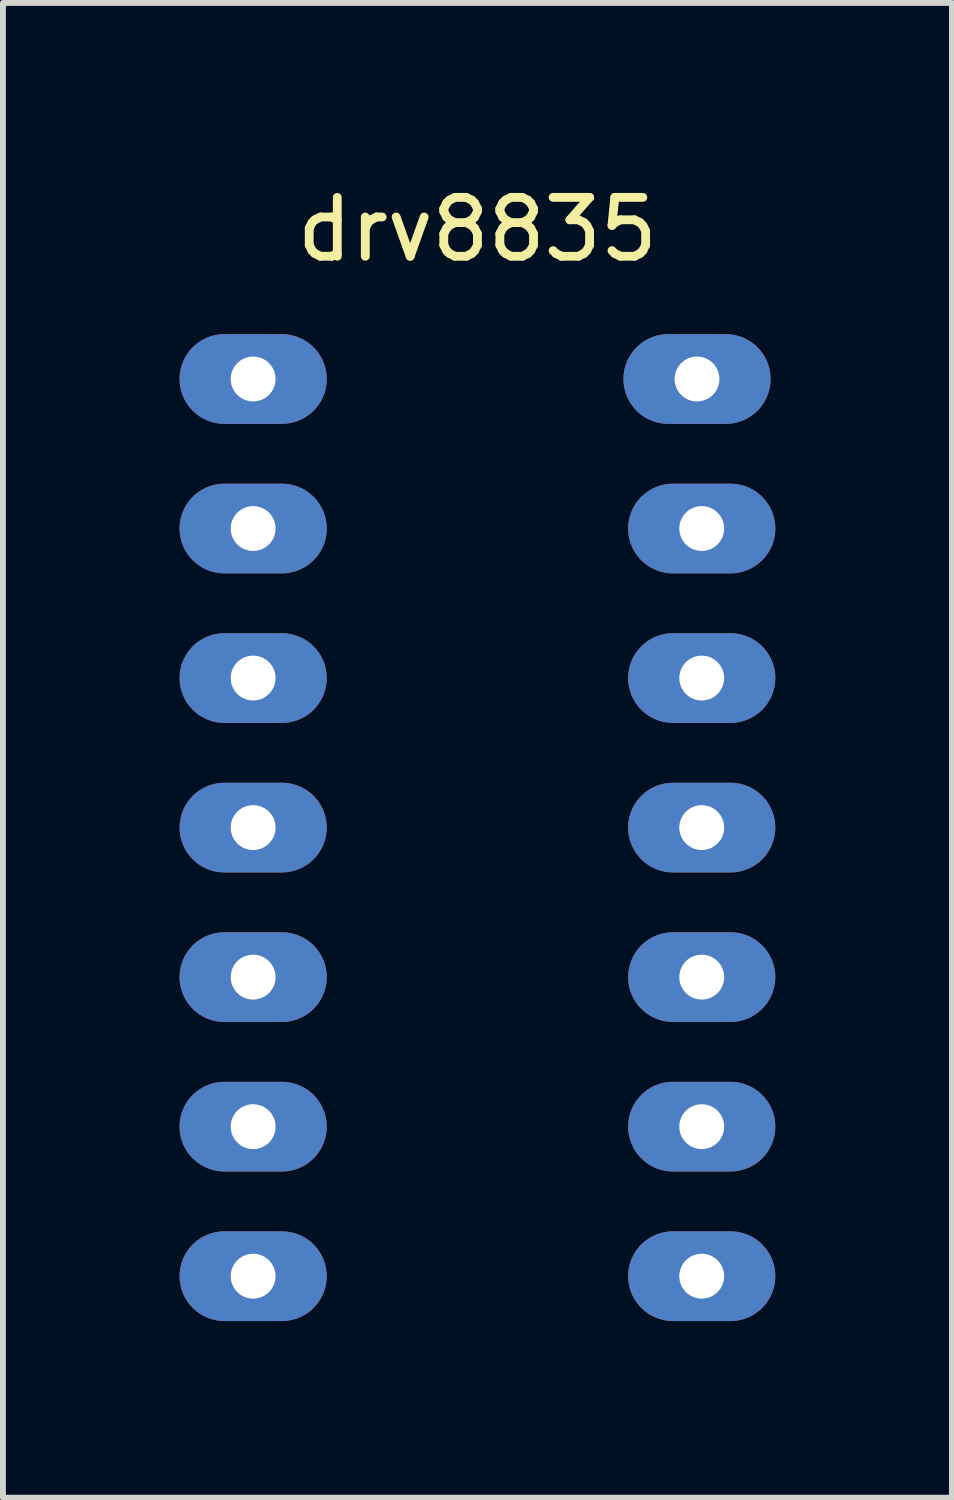
<source format=kicad_pcb>
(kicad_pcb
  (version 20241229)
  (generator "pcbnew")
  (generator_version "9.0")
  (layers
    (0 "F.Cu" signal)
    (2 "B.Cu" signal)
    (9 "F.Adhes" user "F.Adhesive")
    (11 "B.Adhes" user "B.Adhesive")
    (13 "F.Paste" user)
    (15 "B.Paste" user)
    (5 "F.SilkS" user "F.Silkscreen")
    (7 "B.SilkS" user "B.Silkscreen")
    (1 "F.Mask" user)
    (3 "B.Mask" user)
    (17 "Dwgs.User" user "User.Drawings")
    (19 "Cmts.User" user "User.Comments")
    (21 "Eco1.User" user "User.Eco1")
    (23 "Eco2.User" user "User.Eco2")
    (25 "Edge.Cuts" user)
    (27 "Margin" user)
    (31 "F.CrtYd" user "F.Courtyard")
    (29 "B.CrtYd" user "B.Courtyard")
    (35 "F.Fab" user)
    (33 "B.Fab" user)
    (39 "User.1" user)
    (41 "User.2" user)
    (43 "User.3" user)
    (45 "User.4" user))
  (footprint "drv8835"
    (layer "F.Cu")
    (at 5.06 11.008)
    (property "Reference" "drv8835" (at 0 -10.16 0) (layer "F.SilkS") (effects (font (size 1 1) (thickness 0.15))))
    (attr through_hole)
    (pad "1" thru_hole oval (at -3.81 -7.62) (size 2.5 1.524) (drill 0.762) (layers "*.Cu" "*.Mask"))
    (pad "2" thru_hole oval (at 3.73 -7.62) (size 2.5 1.524) (drill 0.762) (layers "*.Cu" "*.Mask"))
    (pad "3" thru_hole oval (at -3.81 -5.08) (size 2.5 1.524) (drill 0.762) (layers "*.Cu" "*.Mask"))
    (pad "4" thru_hole oval (at 3.81 -5.08) (size 2.5 1.524) (drill 0.762) (layers "*.Cu" "*.Mask"))
    (pad "5" thru_hole oval (at -3.81 -2.54) (size 2.5 1.524) (drill 0.762) (layers "*.Cu" "*.Mask"))
    (pad "6" thru_hole oval (at 3.81 -2.54) (size 2.5 1.524) (drill 0.762) (layers "*.Cu" "*.Mask"))
    (pad "7" thru_hole oval (at -3.81 0) (size 2.5 1.524) (drill 0.762) (layers "*.Cu" "*.Mask"))
    (pad "8" thru_hole oval (at 3.81 0) (size 2.5 1.524) (drill 0.762) (layers "*.Cu" "*.Mask"))
    (pad "9" thru_hole oval (at -3.81 2.54) (size 2.5 1.524) (drill 0.762) (layers "*.Cu" "*.Mask"))
    (pad "10" thru_hole oval (at 3.81 2.54) (size 2.5 1.524) (drill 0.762) (layers "*.Cu" "*.Mask"))
    (pad "11" thru_hole oval (at -3.81 5.08) (size 2.5 1.524) (drill 0.762) (layers "*.Cu" "*.Mask"))
    (pad "12" thru_hole oval (at 3.81 5.08) (size 2.5 1.524) (drill 0.762) (layers "*.Cu" "*.Mask"))
    (pad "13" thru_hole oval (at -3.81 7.62) (size 2.5 1.524) (drill 0.762) (layers "*.Cu" "*.Mask"))
    (pad "14" thru_hole oval (at 3.81 7.62) (size 2.5 1.524) (drill 0.762) (layers "*.Cu" "*.Mask")))
  (gr_rect
    (start -3 -3)
    (end 13.12 22.39)
    (stroke (width 0.1) (type default))
    (fill no)
    (layer "Edge.Cuts")))
</source>
